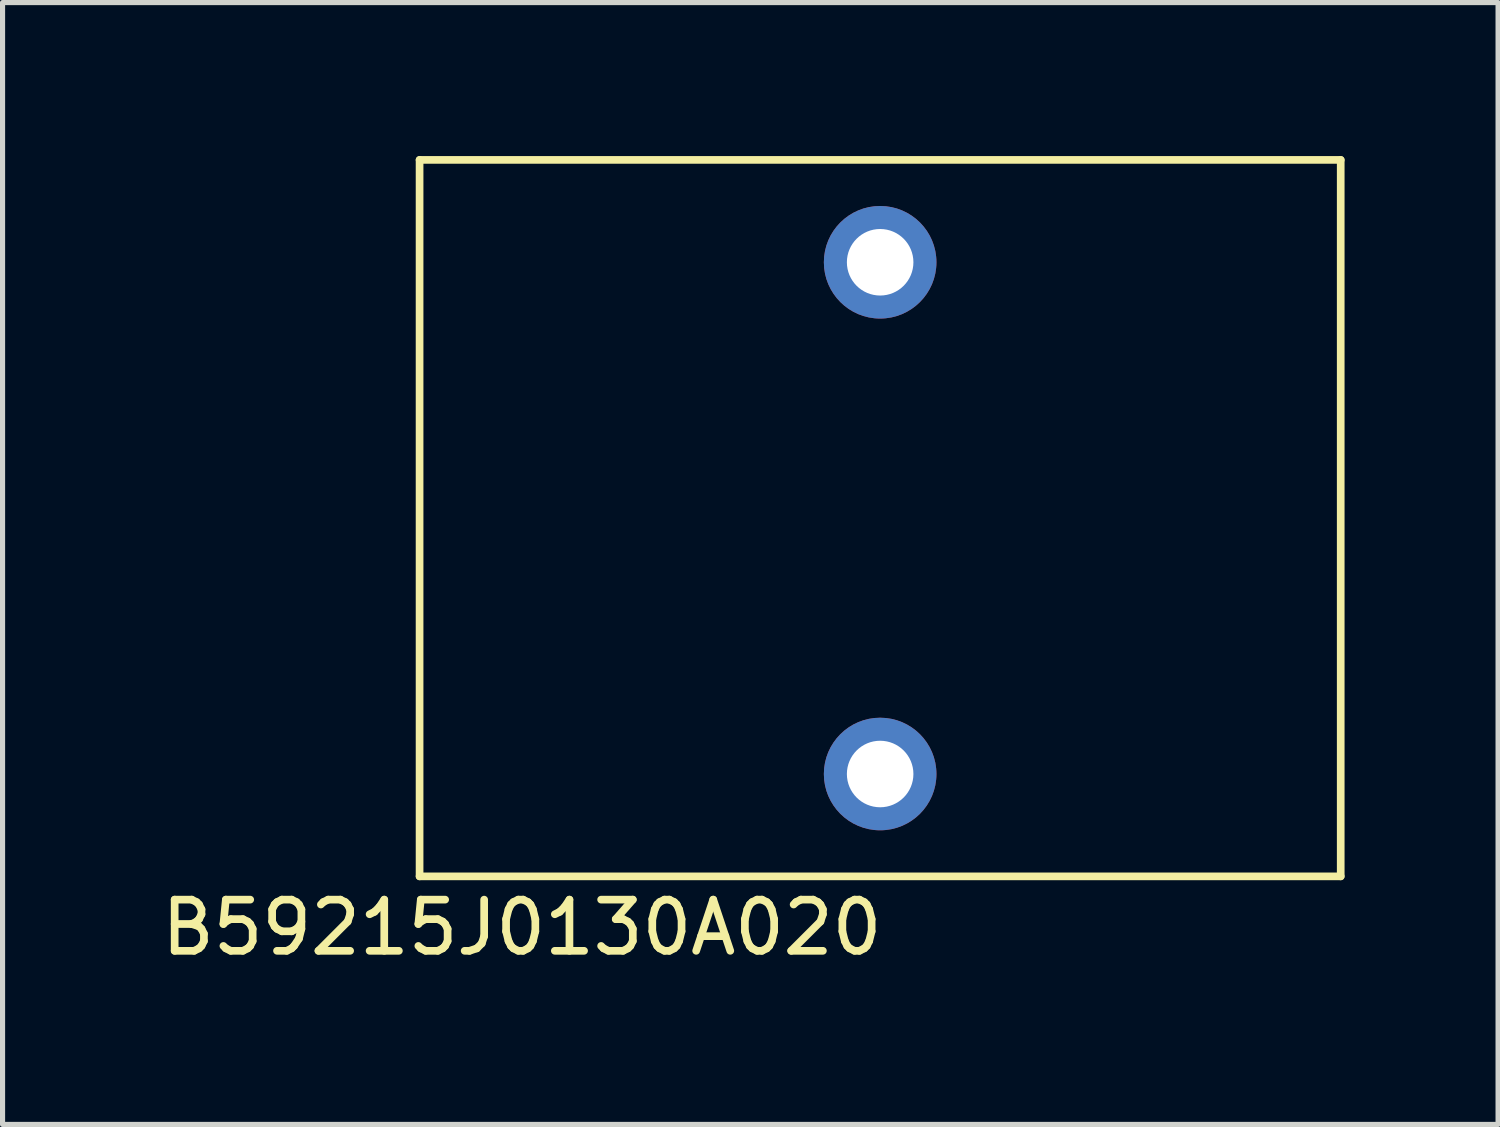
<source format=kicad_pcb>
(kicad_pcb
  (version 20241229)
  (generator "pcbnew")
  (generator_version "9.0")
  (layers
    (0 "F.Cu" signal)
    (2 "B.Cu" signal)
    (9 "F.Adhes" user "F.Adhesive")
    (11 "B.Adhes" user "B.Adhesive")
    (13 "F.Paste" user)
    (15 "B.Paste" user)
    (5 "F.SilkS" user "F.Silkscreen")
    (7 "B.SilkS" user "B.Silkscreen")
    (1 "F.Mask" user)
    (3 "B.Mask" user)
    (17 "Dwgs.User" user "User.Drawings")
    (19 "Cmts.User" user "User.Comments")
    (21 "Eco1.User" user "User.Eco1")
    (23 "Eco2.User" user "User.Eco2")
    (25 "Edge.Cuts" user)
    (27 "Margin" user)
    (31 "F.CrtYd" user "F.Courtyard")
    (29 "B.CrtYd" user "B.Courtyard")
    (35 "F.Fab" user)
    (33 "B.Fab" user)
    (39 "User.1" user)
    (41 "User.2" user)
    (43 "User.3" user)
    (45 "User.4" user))
  (footprint "B59215J0130A020"
    (layer "F.Cu")
    (at 14.149 7.075)
    (property "Reference" "B59215J0130A020" (at -7 8 0) (layer "F.SilkS") (effects (font (size 1 1) (thickness 0.15))))
    (attr through_hole)
    (fp_line (start -9 -7) (end 9 -7) (stroke (width 0.15) (type solid)) (layer "F.SilkS"))
    (fp_line (start -9 7) (end -9 -7) (stroke (width 0.15) (type solid)) (layer "F.SilkS"))
    (fp_line (start 9 -7) (end 9 7) (stroke (width 0.15) (type solid)) (layer "F.SilkS"))
    (fp_line (start 9 7) (end -9 7) (stroke (width 0.15) (type solid)) (layer "F.SilkS"))
    (pad "1" thru_hole circle (at 0 -5) (size 2.2 2.2) (drill 1.3) (layers "*.Cu" "*.Mask"))
    (pad "2" thru_hole circle (at 0 5) (size 2.2 2.2) (drill 1.3) (layers "*.Cu" "*.Mask")))
  (gr_rect
    (start -3 -3)
    (end 26.224 18.923)
    (stroke (width 0.1) (type default))
    (fill no)
    (layer "Edge.Cuts")))
</source>
